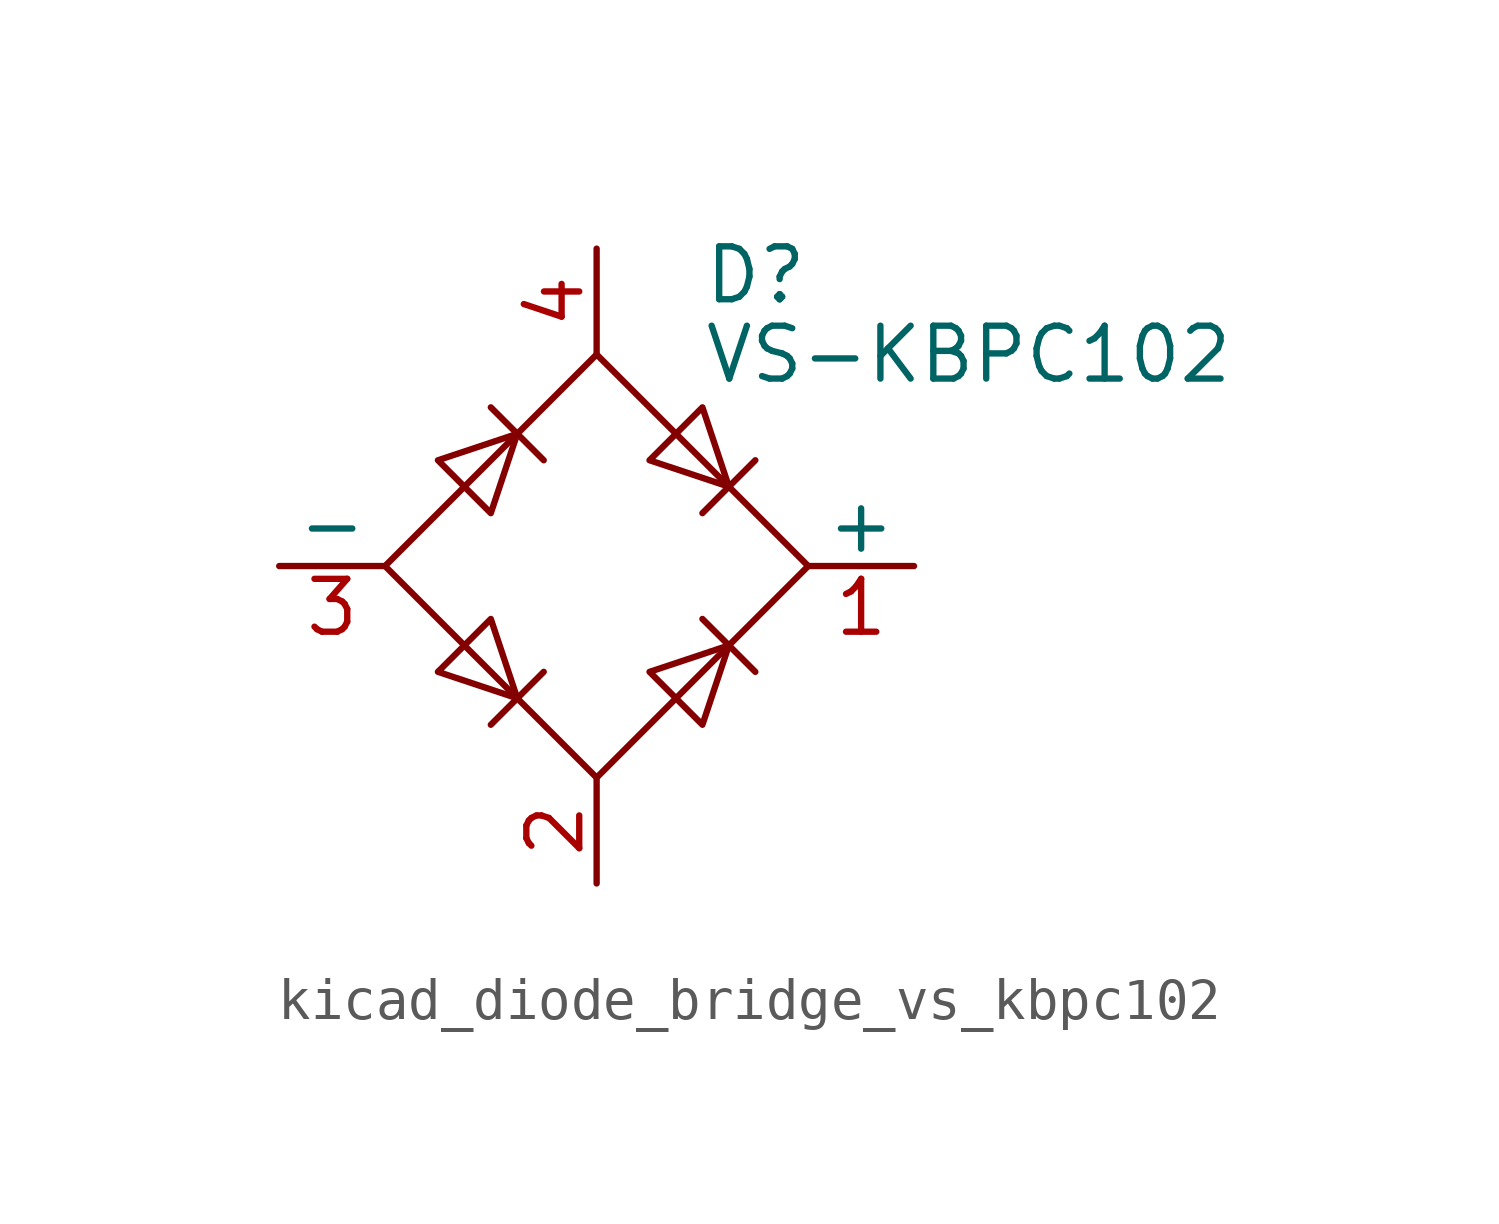
<source format=kicad_sym>
(kicad_symbol_lib
  (version 20220914)
  (generator kicad_symbol_editor)
  (symbol "kicad_diode_bridge_vs_kbpc102"
    (pin_names
      (offset 0))
    (property "Reference" "D"
      (at 2.54 6.985 0)
      (effects (font (size 1.27 1.27)) (justify left)))
    (property "Value" "VS-KBPC102"
      (at 2.54 5.08 0)
      (effects (font (size 1.27 1.27)) (justify left)))
    (symbol "kicad_diode_bridge_vs_kbpc102_0_1"
      (polyline (pts (xy -2.54 3.81) (xy -1.27 2.54)) (stroke (width 0) (type default)) (fill (type none)))
      (polyline (pts (xy -1.27 -2.54) (xy -2.54 -3.81)) (stroke (width 0) (type default)) (fill (type none)))
      (polyline (pts (xy 2.54 -1.27) (xy 3.81 -2.54)) (stroke (width 0) (type default)) (fill (type none)))
      (polyline (pts (xy 2.54 1.27) (xy 3.81 2.54)) (stroke (width 0) (type default)) (fill (type none)))
      (polyline (pts (xy -3.81 2.54) (xy -2.54 1.27) (xy -1.905 3.175) (xy -3.81 2.54)) (stroke (width 0) (type default)) (fill (type none)))
      (polyline (pts (xy -2.54 -1.27) (xy -3.81 -2.54) (xy -1.905 -3.175) (xy -2.54 -1.27)) (stroke (width 0) (type default)) (fill (type none)))
      (polyline (pts (xy 1.27 2.54) (xy 2.54 3.81) (xy 3.175 1.905) (xy 1.27 2.54)) (stroke (width 0) (type default)) (fill (type none)))
      (polyline (pts (xy 3.175 -1.905) (xy 1.27 -2.54) (xy 2.54 -3.81) (xy 3.175 -1.905)) (stroke (width 0) (type default)) (fill (type none)))
      (polyline (pts (xy -5.08 0) (xy 0 -5.08) (xy 5.08 0) (xy 0 5.08) (xy -5.08 0)) (stroke (width 0) (type default)) (fill (type none))))
    (symbol "kicad_diode_bridge_vs_kbpc102_1_1"
      (pin passive line (at 7.62 0 180) (length 2.54) (name "+" (effects (font (size 1.27 1.27)))) (number "1" (effects (font (size 1.27 1.27)))))
      (pin passive line (at 0 -7.62 90) (length 2.54) (name "~" (effects (font (size 1.27 1.27)))) (number "2" (effects (font (size 1.27 1.27)))))
      (pin passive line (at -7.62 0 0) (length 2.54) (name "-" (effects (font (size 1.27 1.27)))) (number "3" (effects (font (size 1.27 1.27)))))
      (pin passive line (at 0 7.62 270) (length 2.54) (name "~" (effects (font (size 1.27 1.27)))) (number "4" (effects (font (size 1.27 1.27))))))))
</source>
